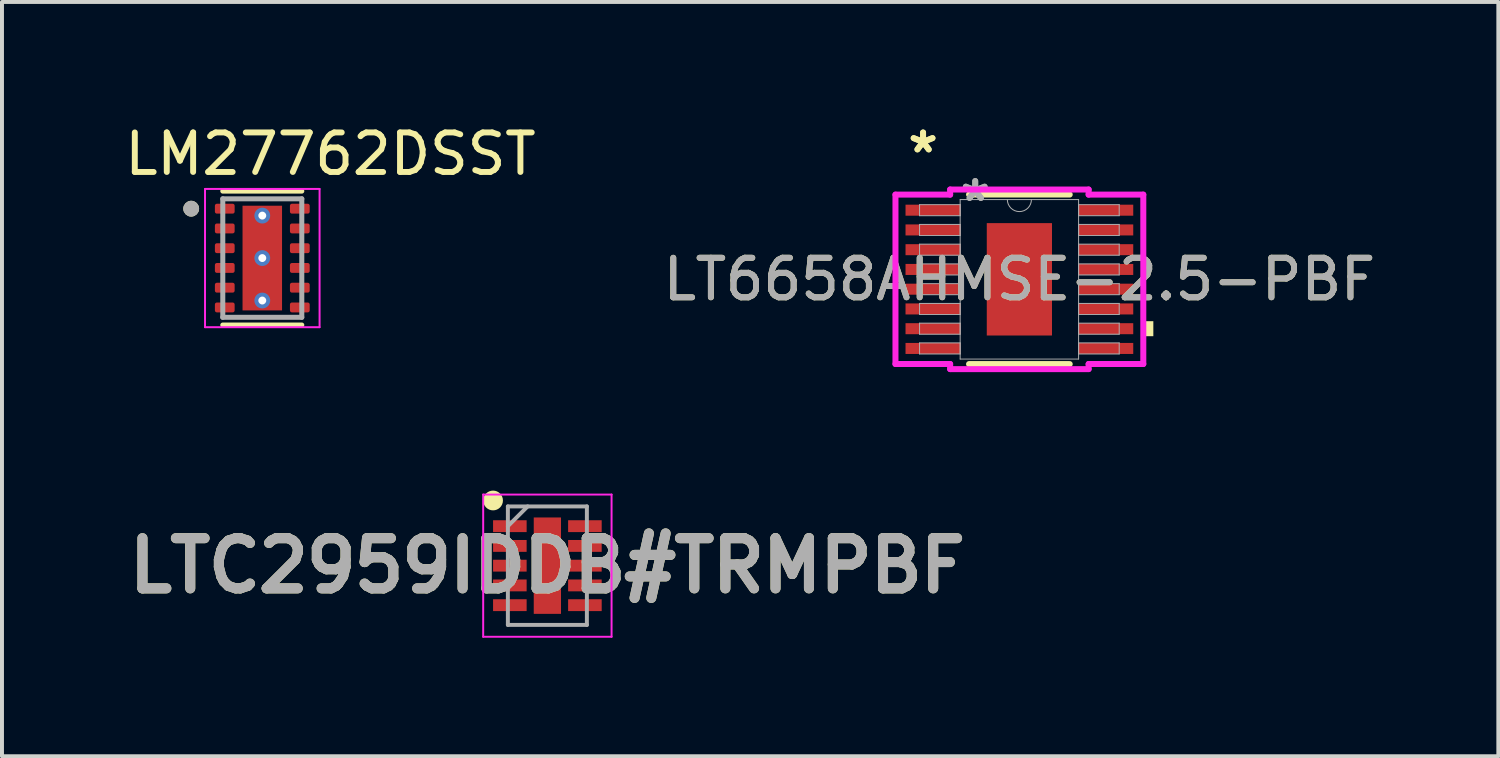
<source format=kicad_pcb>
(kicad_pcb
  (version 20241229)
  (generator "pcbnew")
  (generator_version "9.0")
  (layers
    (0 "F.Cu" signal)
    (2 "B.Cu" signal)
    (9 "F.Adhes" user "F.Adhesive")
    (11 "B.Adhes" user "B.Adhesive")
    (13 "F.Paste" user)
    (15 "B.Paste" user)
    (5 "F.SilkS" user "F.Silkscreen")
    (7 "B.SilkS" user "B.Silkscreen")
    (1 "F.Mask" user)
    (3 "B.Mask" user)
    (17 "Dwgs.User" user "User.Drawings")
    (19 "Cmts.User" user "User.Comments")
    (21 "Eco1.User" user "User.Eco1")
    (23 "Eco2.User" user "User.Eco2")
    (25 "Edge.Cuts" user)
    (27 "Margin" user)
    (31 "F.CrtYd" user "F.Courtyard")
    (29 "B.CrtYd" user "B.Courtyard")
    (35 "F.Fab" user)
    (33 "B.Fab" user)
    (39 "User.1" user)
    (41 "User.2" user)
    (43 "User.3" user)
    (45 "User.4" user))
  (footprint "LM27762DSST"
    (layer "F.Cu")
    (at 3.59 3.483)
    (property "Reference" "LM27762DSST" (at 1.725 -2.635 0) (layer "F.SilkS") (effects (font (size 1 1) (thickness 0.15))))
    (attr smd)
    (fp_line (start -1 -1.695) (end 1 -1.695) (stroke (width 0.127) (type solid)) (layer "F.SilkS"))
    (fp_line (start -1 1.695) (end 1 1.695) (stroke (width 0.127) (type solid)) (layer "F.SilkS"))
    (fp_circle (center -1.8 -1.25) (end -1.7 -1.25) (stroke (width 0.2) (type solid)) (fill no) (layer "F.SilkS"))
    (fp_poly (pts (xy -0.475 -1.27) (xy 0.475 -1.27) (xy 0.475 -0.1) (xy -0.475 -0.1)) (stroke (width 0.01) (type solid)) (fill yes) (layer "F.Paste"))
    (fp_poly (pts (xy -0.475 0.1) (xy 0.475 0.1) (xy 0.475 1.27) (xy -0.475 1.27)) (stroke (width 0.01) (type solid)) (fill yes) (layer "F.Paste"))
    (fp_line (start -1.45 -1.75) (end -1.45 1.75) (stroke (width 0.05) (type solid)) (layer "F.CrtYd"))
    (fp_line (start -1.45 -1.75) (end 1.45 -1.75) (stroke (width 0.05) (type solid)) (layer "F.CrtYd"))
    (fp_line (start -1.45 1.75) (end 1.45 1.75) (stroke (width 0.05) (type solid)) (layer "F.CrtYd"))
    (fp_line (start 1.45 -1.75) (end 1.45 1.75) (stroke (width 0.05) (type solid)) (layer "F.CrtYd"))
    (fp_line (start -1 -1.5) (end -1 1.5) (stroke (width 0.127) (type solid)) (layer "F.Fab"))
    (fp_line (start -1 -1.5) (end 1 -1.5) (stroke (width 0.127) (type solid)) (layer "F.Fab"))
    (fp_line (start -1 1.5) (end 1 1.5) (stroke (width 0.127) (type solid)) (layer "F.Fab"))
    (fp_line (start 1 -1.5) (end 1 1.5) (stroke (width 0.127) (type solid)) (layer "F.Fab"))
    (fp_circle (center -1.8 -1.25) (end -1.7 -1.25) (stroke (width 0.2) (type solid)) (fill no) (layer "F.Fab"))
    (pad "1" smd roundrect (at -0.95 -1.25) (size 0.5 0.25) (layers "F.Cu" "F.Mask" "F.Paste") (roundrect_rratio 0.2))
    (pad "2" smd roundrect (at -0.95 -0.75) (size 0.5 0.25) (layers "F.Cu" "F.Mask" "F.Paste") (roundrect_rratio 0.2))
    (pad "3" smd roundrect (at -0.95 -0.25) (size 0.5 0.25) (layers "F.Cu" "F.Mask" "F.Paste") (roundrect_rratio 0.2))
    (pad "4" smd roundrect (at -0.95 0.25) (size 0.5 0.25) (layers "F.Cu" "F.Mask" "F.Paste") (roundrect_rratio 0.2))
    (pad "5" smd roundrect (at -0.95 0.75) (size 0.5 0.25) (layers "F.Cu" "F.Mask" "F.Paste") (roundrect_rratio 0.2))
    (pad "6" smd roundrect (at -0.95 1.25) (size 0.5 0.25) (layers "F.Cu" "F.Mask" "F.Paste") (roundrect_rratio 0.2))
    (pad "7" smd roundrect (at 0.95 1.25) (size 0.5 0.25) (layers "F.Cu" "F.Mask" "F.Paste") (roundrect_rratio 0.2))
    (pad "8" smd roundrect (at 0.95 0.75) (size 0.5 0.25) (layers "F.Cu" "F.Mask" "F.Paste") (roundrect_rratio 0.2))
    (pad "9" smd roundrect (at 0.95 0.25) (size 0.5 0.25) (layers "F.Cu" "F.Mask" "F.Paste") (roundrect_rratio 0.2))
    (pad "10" smd roundrect (at 0.95 -0.25) (size 0.5 0.25) (layers "F.Cu" "F.Mask" "F.Paste") (roundrect_rratio 0.2))
    (pad "11" smd roundrect (at 0.95 -0.75) (size 0.5 0.25) (layers "F.Cu" "F.Mask" "F.Paste") (roundrect_rratio 0.2))
    (pad "12" smd roundrect (at 0.95 -1.25) (size 0.5 0.25) (layers "F.Cu" "F.Mask" "F.Paste") (roundrect_rratio 0.2))
    (pad "13" smd rect (at 0 0) (size 1 2.65) (layers "F.Cu" "F.Mask"))
    (pad "14" thru_hole circle (at 0 -1.075) (size 0.4 0.4) (drill 0.2) (layers "*.Cu"))
    (pad "15" thru_hole circle (at 0 0) (size 0.4 0.4) (drill 0.2) (layers "*.Cu"))
    (pad "16" thru_hole circle (at 0 1.075) (size 0.4 0.4) (drill 0.2) (layers "*.Cu")))
  (footprint "LT6658AHMSE-2.5-PBF"
    (layer "F.Cu")
    (at 22.756 4.021)
    (property "Reference" "LT6658AHMSE-2.5-PBF" (at 0 0 0) (unlocked yes) (layer "F.SilkS") (effects (font (size 1 1) (thickness 0.15))))
    (attr smd)
    (fp_line (start -1.274 2.146) (end 1.274 2.146) (stroke (width 0.152) (type solid)) (layer "F.SilkS"))
    (fp_line (start 1.274 -2.146) (end -1.274 -2.146) (stroke (width 0.152) (type solid)) (layer "F.SilkS"))
    (fp_poly (pts (xy 3.391 1.06) (xy 3.391 1.44) (xy 3.137 1.44) (xy 3.137 1.06)) (stroke (width 0) (type solid)) (fill yes) (layer "F.SilkS"))
    (fp_poly (pts (xy -0.726 -1.322) (xy -0.726 -0.1) (xy 0.726 -0.1) (xy 0.726 -1.322)) (stroke (width 0) (type solid)) (fill yes) (layer "F.Paste"))
    (fp_poly (pts (xy -0.726 0.1) (xy -0.726 1.322) (xy 0.726 1.322) (xy 0.726 0.1)) (stroke (width 0) (type solid)) (fill yes) (layer "F.Paste"))
    (fp_line (start -3.137 -2.144) (end -1.753 -2.144) (stroke (width 0.152) (type solid)) (layer "F.CrtYd"))
    (fp_line (start -3.137 2.144) (end -3.137 -2.144) (stroke (width 0.152) (type solid)) (layer "F.CrtYd"))
    (fp_line (start -3.137 2.144) (end -1.753 2.144) (stroke (width 0.152) (type solid)) (layer "F.CrtYd"))
    (fp_line (start -1.753 -2.273) (end 1.753 -2.273) (stroke (width 0.152) (type solid)) (layer "F.CrtYd"))
    (fp_line (start -1.753 -2.144) (end -1.753 -2.273) (stroke (width 0.152) (type solid)) (layer "F.CrtYd"))
    (fp_line (start -1.753 2.273) (end -1.753 2.144) (stroke (width 0.152) (type solid)) (layer "F.CrtYd"))
    (fp_line (start 1.753 -2.273) (end 1.753 -2.144) (stroke (width 0.152) (type solid)) (layer "F.CrtYd"))
    (fp_line (start 1.753 2.144) (end 1.753 2.273) (stroke (width 0.152) (type solid)) (layer "F.CrtYd"))
    (fp_line (start 1.753 2.273) (end -1.753 2.273) (stroke (width 0.152) (type solid)) (layer "F.CrtYd"))
    (fp_line (start 3.137 -2.144) (end 1.753 -2.144) (stroke (width 0.152) (type solid)) (layer "F.CrtYd"))
    (fp_line (start 3.137 -2.144) (end 3.137 2.144) (stroke (width 0.152) (type solid)) (layer "F.CrtYd"))
    (fp_line (start 3.137 2.144) (end 1.753 2.144) (stroke (width 0.152) (type solid)) (layer "F.CrtYd"))
    (fp_line (start -2.527 -1.89) (end -2.527 -1.61) (stroke (width 0.025) (type solid)) (layer "F.Fab"))
    (fp_line (start -2.527 -1.61) (end -1.499 -1.61) (stroke (width 0.025) (type solid)) (layer "F.Fab"))
    (fp_line (start -2.527 -1.39) (end -2.527 -1.11) (stroke (width 0.025) (type solid)) (layer "F.Fab"))
    (fp_line (start -2.527 -1.11) (end -1.499 -1.11) (stroke (width 0.025) (type solid)) (layer "F.Fab"))
    (fp_line (start -2.527 -0.89) (end -2.527 -0.61) (stroke (width 0.025) (type solid)) (layer "F.Fab"))
    (fp_line (start -2.527 -0.61) (end -1.499 -0.61) (stroke (width 0.025) (type solid)) (layer "F.Fab"))
    (fp_line (start -2.527 -0.39) (end -2.527 -0.11) (stroke (width 0.025) (type solid)) (layer "F.Fab"))
    (fp_line (start -2.527 -0.11) (end -1.499 -0.11) (stroke (width 0.025) (type solid)) (layer "F.Fab"))
    (fp_line (start -2.527 0.11) (end -2.527 0.39) (stroke (width 0.025) (type solid)) (layer "F.Fab"))
    (fp_line (start -2.527 0.39) (end -1.499 0.39) (stroke (width 0.025) (type solid)) (layer "F.Fab"))
    (fp_line (start -2.527 0.61) (end -2.527 0.89) (stroke (width 0.025) (type solid)) (layer "F.Fab"))
    (fp_line (start -2.527 0.89) (end -1.499 0.89) (stroke (width 0.025) (type solid)) (layer "F.Fab"))
    (fp_line (start -2.527 1.11) (end -2.527 1.39) (stroke (width 0.025) (type solid)) (layer "F.Fab"))
    (fp_line (start -2.527 1.39) (end -1.499 1.39) (stroke (width 0.025) (type solid)) (layer "F.Fab"))
    (fp_line (start -2.527 1.61) (end -2.527 1.89) (stroke (width 0.025) (type solid)) (layer "F.Fab"))
    (fp_line (start -2.527 1.89) (end -1.499 1.89) (stroke (width 0.025) (type solid)) (layer "F.Fab"))
    (fp_line (start -1.499 -2.019) (end -1.499 2.019) (stroke (width 0.025) (type solid)) (layer "F.Fab"))
    (fp_line (start -1.499 -1.89) (end -2.527 -1.89) (stroke (width 0.025) (type solid)) (layer "F.Fab"))
    (fp_line (start -1.499 -1.61) (end -1.499 -1.89) (stroke (width 0.025) (type solid)) (layer "F.Fab"))
    (fp_line (start -1.499 -1.39) (end -2.527 -1.39) (stroke (width 0.025) (type solid)) (layer "F.Fab"))
    (fp_line (start -1.499 -1.11) (end -1.499 -1.39) (stroke (width 0.025) (type solid)) (layer "F.Fab"))
    (fp_line (start -1.499 -0.89) (end -2.527 -0.89) (stroke (width 0.025) (type solid)) (layer "F.Fab"))
    (fp_line (start -1.499 -0.61) (end -1.499 -0.89) (stroke (width 0.025) (type solid)) (layer "F.Fab"))
    (fp_line (start -1.499 -0.39) (end -2.527 -0.39) (stroke (width 0.025) (type solid)) (layer "F.Fab"))
    (fp_line (start -1.499 -0.11) (end -1.499 -0.39) (stroke (width 0.025) (type solid)) (layer "F.Fab"))
    (fp_line (start -1.499 0.11) (end -2.527 0.11) (stroke (width 0.025) (type solid)) (layer "F.Fab"))
    (fp_line (start -1.499 0.39) (end -1.499 0.11) (stroke (width 0.025) (type solid)) (layer "F.Fab"))
    (fp_line (start -1.499 0.61) (end -2.527 0.61) (stroke (width 0.025) (type solid)) (layer "F.Fab"))
    (fp_line (start -1.499 0.89) (end -1.499 0.61) (stroke (width 0.025) (type solid)) (layer "F.Fab"))
    (fp_line (start -1.499 1.11) (end -2.527 1.11) (stroke (width 0.025) (type solid)) (layer "F.Fab"))
    (fp_line (start -1.499 1.39) (end -1.499 1.11) (stroke (width 0.025) (type solid)) (layer "F.Fab"))
    (fp_line (start -1.499 1.61) (end -2.527 1.61) (stroke (width 0.025) (type solid)) (layer "F.Fab"))
    (fp_line (start -1.499 1.89) (end -1.499 1.61) (stroke (width 0.025) (type solid)) (layer "F.Fab"))
    (fp_line (start -1.499 2.019) (end 1.499 2.019) (stroke (width 0.025) (type solid)) (layer "F.Fab"))
    (fp_line (start 1.499 -2.019) (end -1.499 -2.019) (stroke (width 0.025) (type solid)) (layer "F.Fab"))
    (fp_line (start 1.499 -1.89) (end 1.499 -1.61) (stroke (width 0.025) (type solid)) (layer "F.Fab"))
    (fp_line (start 1.499 -1.61) (end 2.527 -1.61) (stroke (width 0.025) (type solid)) (layer "F.Fab"))
    (fp_line (start 1.499 -1.39) (end 1.499 -1.11) (stroke (width 0.025) (type solid)) (layer "F.Fab"))
    (fp_line (start 1.499 -1.11) (end 2.527 -1.11) (stroke (width 0.025) (type solid)) (layer "F.Fab"))
    (fp_line (start 1.499 -0.89) (end 1.499 -0.61) (stroke (width 0.025) (type solid)) (layer "F.Fab"))
    (fp_line (start 1.499 -0.61) (end 2.527 -0.61) (stroke (width 0.025) (type solid)) (layer "F.Fab"))
    (fp_line (start 1.499 -0.39) (end 1.499 -0.11) (stroke (width 0.025) (type solid)) (layer "F.Fab"))
    (fp_line (start 1.499 -0.11) (end 2.527 -0.11) (stroke (width 0.025) (type solid)) (layer "F.Fab"))
    (fp_line (start 1.499 0.11) (end 1.499 0.39) (stroke (width 0.025) (type solid)) (layer "F.Fab"))
    (fp_line (start 1.499 0.39) (end 2.527 0.39) (stroke (width 0.025) (type solid)) (layer "F.Fab"))
    (fp_line (start 1.499 0.61) (end 1.499 0.89) (stroke (width 0.025) (type solid)) (layer "F.Fab"))
    (fp_line (start 1.499 0.89) (end 2.527 0.89) (stroke (width 0.025) (type solid)) (layer "F.Fab"))
    (fp_line (start 1.499 1.11) (end 1.499 1.39) (stroke (width 0.025) (type solid)) (layer "F.Fab"))
    (fp_line (start 1.499 1.39) (end 2.527 1.39) (stroke (width 0.025) (type solid)) (layer "F.Fab"))
    (fp_line (start 1.499 1.61) (end 1.499 1.89) (stroke (width 0.025) (type solid)) (layer "F.Fab"))
    (fp_line (start 1.499 1.89) (end 2.527 1.89) (stroke (width 0.025) (type solid)) (layer "F.Fab"))
    (fp_line (start 1.499 2.019) (end 1.499 -2.019) (stroke (width 0.025) (type solid)) (layer "F.Fab"))
    (fp_line (start 2.527 -1.89) (end 1.499 -1.89) (stroke (width 0.025) (type solid)) (layer "F.Fab"))
    (fp_line (start 2.527 -1.61) (end 2.527 -1.89) (stroke (width 0.025) (type solid)) (layer "F.Fab"))
    (fp_line (start 2.527 -1.39) (end 1.499 -1.39) (stroke (width 0.025) (type solid)) (layer "F.Fab"))
    (fp_line (start 2.527 -1.11) (end 2.527 -1.39) (stroke (width 0.025) (type solid)) (layer "F.Fab"))
    (fp_line (start 2.527 -0.89) (end 1.499 -0.89) (stroke (width 0.025) (type solid)) (layer "F.Fab"))
    (fp_line (start 2.527 -0.61) (end 2.527 -0.89) (stroke (width 0.025) (type solid)) (layer "F.Fab"))
    (fp_line (start 2.527 -0.39) (end 1.499 -0.39) (stroke (width 0.025) (type solid)) (layer "F.Fab"))
    (fp_line (start 2.527 -0.11) (end 2.527 -0.39) (stroke (width 0.025) (type solid)) (layer "F.Fab"))
    (fp_line (start 2.527 0.11) (end 1.499 0.11) (stroke (width 0.025) (type solid)) (layer "F.Fab"))
    (fp_line (start 2.527 0.39) (end 2.527 0.11) (stroke (width 0.025) (type solid)) (layer "F.Fab"))
    (fp_line (start 2.527 0.61) (end 1.499 0.61) (stroke (width 0.025) (type solid)) (layer "F.Fab"))
    (fp_line (start 2.527 0.89) (end 2.527 0.61) (stroke (width 0.025) (type solid)) (layer "F.Fab"))
    (fp_line (start 2.527 1.11) (end 1.499 1.11) (stroke (width 0.025) (type solid)) (layer "F.Fab"))
    (fp_line (start 2.527 1.39) (end 2.527 1.11) (stroke (width 0.025) (type solid)) (layer "F.Fab"))
    (fp_line (start 2.527 1.61) (end 1.499 1.61) (stroke (width 0.025) (type solid)) (layer "F.Fab"))
    (fp_line (start 2.527 1.89) (end 2.527 1.61) (stroke (width 0.025) (type solid)) (layer "F.Fab"))
    (fp_arc (start 0.3048 -2.0193) (mid 0 -1.7145) (end -0.3048 -2.0193) (stroke (width 0.0254) (type solid)) (layer "F.Fab"))
    (fp_text user "*" (at -2.438 -3.172 0) (layer "F.SilkS") (effects (font (size 1 1) (thickness 0.15))))
    (fp_text user "*" (at -2.438 -3.172 0) (unlocked yes) (layer "F.SilkS") (effects (font (size 1 1) (thickness 0.15))))
    (fp_text user "*" (at -1.118 -1.943 0) (layer "F.Fab") (effects (font (size 1 1) (thickness 0.15))))
    (fp_text user "${REFERENCE}" (at 0 0 0) (unlocked yes) (layer "F.Fab") (effects (font (size 1 1) (thickness 0.15))))
    (fp_text user "*" (at -1.118 -1.943 0) (unlocked yes) (layer "F.Fab") (effects (font (size 1 1) (thickness 0.15))))
    (pad "1" smd rect (at -2.184 -1.75) (size 1.397 0.279) (layers "F.Cu" "F.Mask" "F.Paste"))
    (pad "2" smd rect (at -2.184 -1.25) (size 1.397 0.279) (layers "F.Cu" "F.Mask" "F.Paste"))
    (pad "3" smd rect (at -2.184 -0.75) (size 1.397 0.279) (layers "F.Cu" "F.Mask" "F.Paste"))
    (pad "4" smd rect (at -2.184 -0.25) (size 1.397 0.279) (layers "F.Cu" "F.Mask" "F.Paste"))
    (pad "5" smd rect (at -2.184 0.25) (size 1.397 0.279) (layers "F.Cu" "F.Mask" "F.Paste"))
    (pad "6" smd rect (at -2.184 0.75) (size 1.397 0.279) (layers "F.Cu" "F.Mask" "F.Paste"))
    (pad "7" smd rect (at -2.184 1.25) (size 1.397 0.279) (layers "F.Cu" "F.Mask" "F.Paste"))
    (pad "8" smd rect (at -2.184 1.75) (size 1.397 0.279) (layers "F.Cu" "F.Mask" "F.Paste"))
    (pad "9" smd rect (at 2.184 1.75) (size 1.397 0.279) (layers "F.Cu" "F.Mask" "F.Paste"))
    (pad "10" smd rect (at 2.184 1.25) (size 1.397 0.279) (layers "F.Cu" "F.Mask" "F.Paste"))
    (pad "11" smd rect (at 2.184 0.75) (size 1.397 0.279) (layers "F.Cu" "F.Mask" "F.Paste"))
    (pad "12" smd rect (at 2.184 0.25) (size 1.397 0.279) (layers "F.Cu" "F.Mask" "F.Paste"))
    (pad "13" smd rect (at 2.184 -0.25) (size 1.397 0.279) (layers "F.Cu" "F.Mask" "F.Paste"))
    (pad "14" smd rect (at 2.184 -0.75) (size 1.397 0.279) (layers "F.Cu" "F.Mask" "F.Paste"))
    (pad "15" smd rect (at 2.184 -1.25) (size 1.397 0.279) (layers "F.Cu" "F.Mask" "F.Paste"))
    (pad "16" smd rect (at 2.184 -1.75) (size 1.397 0.279) (layers "F.Cu" "F.Mask" "F.Paste"))
    (pad "EPAD" smd rect (at 0 0) (size 1.651 2.845) (layers "F.Cu" "F.Mask")))
  (footprint "LTC2959IDDB#TRMPBF"
    (layer "F.Cu")
    (at 10.807 11.27)
    (property "Reference" "LTC2959IDDB#TRMPBF" (at 0 0 0) (layer "F.SilkS") (effects (font (size 1.27 1.27) (thickness 0.254))))
    (attr smd)
    (fp_circle (center -1.375 -1.65) (end -1.375 -1.525) (stroke (width 0.25) (type solid)) (fill no) (layer "F.SilkS"))
    (fp_line (start -1.625 -1.8) (end 1.625 -1.8) (stroke (width 0.05) (type solid)) (layer "F.CrtYd"))
    (fp_line (start -1.625 1.8) (end -1.625 -1.8) (stroke (width 0.05) (type solid)) (layer "F.CrtYd"))
    (fp_line (start 1.625 -1.8) (end 1.625 1.8) (stroke (width 0.05) (type solid)) (layer "F.CrtYd"))
    (fp_line (start 1.625 1.8) (end -1.625 1.8) (stroke (width 0.05) (type solid)) (layer "F.CrtYd"))
    (fp_line (start -1 -1.5) (end 1 -1.5) (stroke (width 0.1) (type solid)) (layer "F.Fab"))
    (fp_line (start -1 -1) (end -0.5 -1.5) (stroke (width 0.1) (type solid)) (layer "F.Fab"))
    (fp_line (start -1 1.5) (end -1 -1.5) (stroke (width 0.1) (type solid)) (layer "F.Fab"))
    (fp_line (start 1 -1.5) (end 1 1.5) (stroke (width 0.1) (type solid)) (layer "F.Fab"))
    (fp_line (start 1 1.5) (end -1 1.5) (stroke (width 0.1) (type solid)) (layer "F.Fab"))
    (fp_text user "${REFERENCE}" (at 0 0 0) (layer "F.Fab") (effects (font (size 1.27 1.27) (thickness 0.254))))
    (pad "1" smd rect (at -0.95 -1 90) (size 0.3 0.85) (layers "F.Cu" "F.Mask" "F.Paste"))
    (pad "2" smd rect (at -0.95 -0.5 90) (size 0.3 0.85) (layers "F.Cu" "F.Mask" "F.Paste"))
    (pad "3" smd rect (at -0.95 0 90) (size 0.3 0.85) (layers "F.Cu" "F.Mask" "F.Paste"))
    (pad "4" smd rect (at -0.95 0.5 90) (size 0.3 0.85) (layers "F.Cu" "F.Mask" "F.Paste"))
    (pad "5" smd rect (at -0.95 1 90) (size 0.3 0.85) (layers "F.Cu" "F.Mask" "F.Paste"))
    (pad "6" smd rect (at 0.95 1 90) (size 0.3 0.85) (layers "F.Cu" "F.Mask" "F.Paste"))
    (pad "7" smd rect (at 0.95 0.5 90) (size 0.3 0.85) (layers "F.Cu" "F.Mask" "F.Paste"))
    (pad "8" smd rect (at 0.95 0 90) (size 0.3 0.85) (layers "F.Cu" "F.Mask" "F.Paste"))
    (pad "9" smd rect (at 0.95 -0.5 90) (size 0.3 0.85) (layers "F.Cu" "F.Mask" "F.Paste"))
    (pad "10" smd rect (at 0.95 -1 90) (size 0.3 0.85) (layers "F.Cu" "F.Mask" "F.Paste"))
    (pad "11" smd rect (at 0 0) (size 0.69 2.44) (layers "F.Cu" "F.Mask" "F.Paste")))
  (gr_rect
    (start -3 -3)
    (end 34.881 16.095)
    (stroke (width 0.1) (type default))
    (fill no)
    (layer "Edge.Cuts")))
</source>
